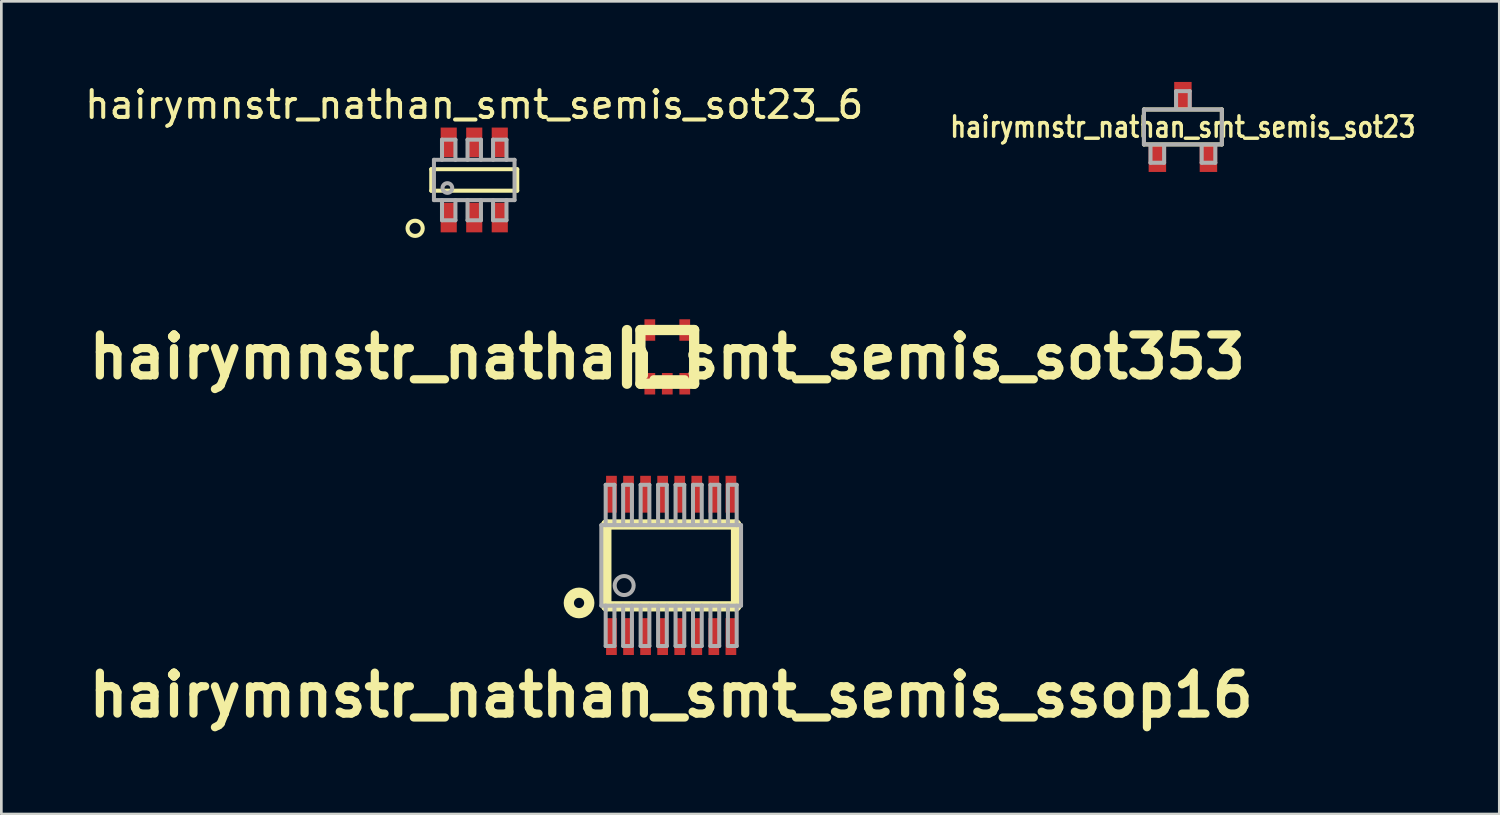
<source format=kicad_pcb>
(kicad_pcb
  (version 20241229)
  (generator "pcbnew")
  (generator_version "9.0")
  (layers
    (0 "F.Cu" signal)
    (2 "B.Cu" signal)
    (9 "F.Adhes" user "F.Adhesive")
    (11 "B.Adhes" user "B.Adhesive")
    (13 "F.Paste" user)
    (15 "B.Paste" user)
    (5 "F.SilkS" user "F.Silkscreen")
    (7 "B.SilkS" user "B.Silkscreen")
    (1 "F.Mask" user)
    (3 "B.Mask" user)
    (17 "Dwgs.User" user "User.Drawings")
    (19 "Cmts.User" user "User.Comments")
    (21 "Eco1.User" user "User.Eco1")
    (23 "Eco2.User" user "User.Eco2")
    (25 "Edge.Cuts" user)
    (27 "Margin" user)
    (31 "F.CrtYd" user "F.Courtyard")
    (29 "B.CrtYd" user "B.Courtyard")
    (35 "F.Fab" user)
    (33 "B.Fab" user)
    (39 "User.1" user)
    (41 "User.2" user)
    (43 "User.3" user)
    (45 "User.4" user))
  (footprint "hairymnstr_nathan_smt_semis_sot23"
    (layer "F.Cu")
    (at 40.977 1.675)
    (property "Reference" "hairymnstr_nathan_smt_semis_sot23" (at 0 0 0) (layer "F.SilkS") (effects (font (size 0.762 0.635) (thickness 0.127))))
    (attr smd)
    (fp_line (start -1.45 -0.65) (end 1.45 -0.65) (stroke (width 0.15) (type solid)) (layer "F.SilkS"))
    (fp_line (start -1.45 0.65) (end -1.45 -0.65) (stroke (width 0.15) (type solid)) (layer "F.SilkS"))
    (fp_line (start 1.45 -0.65) (end 1.45 0.65) (stroke (width 0.15) (type solid)) (layer "F.SilkS"))
    (fp_line (start 1.45 0.65) (end -1.45 0.65) (stroke (width 0.15) (type solid)) (layer "F.SilkS"))
    (fp_line (start -1.45 -0.65) (end 1.45 -0.65) (stroke (width 0.15) (type solid)) (layer "F.Fab"))
    (fp_line (start -1.45 0.65) (end -1.45 -0.65) (stroke (width 0.15) (type solid)) (layer "F.Fab"))
    (fp_line (start -1.206 0.699) (end -1.206 1.333) (stroke (width 0.15) (type solid)) (layer "F.Fab"))
    (fp_line (start -1.206 1.333) (end -0.699 1.333) (stroke (width 0.15) (type solid)) (layer "F.Fab"))
    (fp_line (start -0.699 1.333) (end -0.699 0.699) (stroke (width 0.15) (type solid)) (layer "F.Fab"))
    (fp_line (start -0.254 -1.333) (end 0.254 -1.333) (stroke (width 0.15) (type solid)) (layer "F.Fab"))
    (fp_line (start -0.254 -0.699) (end -0.254 -1.333) (stroke (width 0.15) (type solid)) (layer "F.Fab"))
    (fp_line (start 0.254 -1.333) (end 0.254 -0.699) (stroke (width 0.15) (type solid)) (layer "F.Fab"))
    (fp_line (start 0.699 0.699) (end 0.699 1.333) (stroke (width 0.15) (type solid)) (layer "F.Fab"))
    (fp_line (start 0.699 1.333) (end 1.206 1.333) (stroke (width 0.15) (type solid)) (layer "F.Fab"))
    (fp_line (start 1.206 1.333) (end 1.206 0.699) (stroke (width 0.15) (type solid)) (layer "F.Fab"))
    (fp_line (start 1.45 -0.65) (end 1.45 0.65) (stroke (width 0.15) (type solid)) (layer "F.Fab"))
    (fp_line (start 1.45 0.65) (end -1.45 0.65) (stroke (width 0.15) (type solid)) (layer "F.Fab"))
    (pad "1" smd rect (at -0.95 1.15) (size 0.65 1.05) (layers "F.Cu" "F.Mask" "F.Paste"))
    (pad "2" smd rect (at 0.95 1.15) (size 0.65 1.05) (layers "F.Cu" "F.Mask" "F.Paste"))
    (pad "3" smd rect (at 0 -1.15) (size 0.65 1.05) (layers "F.Cu" "F.Mask" "F.Paste")))
  (footprint "hairymnstr_nathan_smt_semis_sot23_6"
    (layer "F.Cu")
    (at 14.601 3.648)
    (property "Reference" "hairymnstr_nathan_smt_semis_sot23_6" (at 0 -2.8 0) (layer "F.SilkS") (effects (font (size 1 1) (thickness 0.15))))
    (attr smd)
    (fp_line (start -1.6 -0.4) (end 1.6 -0.4) (stroke (width 0.15) (type solid)) (layer "F.SilkS"))
    (fp_line (start -1.6 0.4) (end -1.6 -0.4) (stroke (width 0.15) (type solid)) (layer "F.SilkS"))
    (fp_line (start 1.6 -0.4) (end 1.6 0.4) (stroke (width 0.15) (type solid)) (layer "F.SilkS"))
    (fp_line (start 1.6 0.4) (end -1.6 0.4) (stroke (width 0.15) (type solid)) (layer "F.SilkS"))
    (fp_circle (center -2.2 1.8) (end -2.4 1.6) (stroke (width 0.15) (type solid)) (fill no) (layer "F.SilkS"))
    (fp_line (start -1.5 -0.75) (end 1.5 -0.75) (stroke (width 0.15) (type solid)) (layer "F.Fab"))
    (fp_line (start -1.5 0.75) (end -1.5 -0.75) (stroke (width 0.15) (type solid)) (layer "F.Fab"))
    (fp_line (start -1.2 -1.5) (end -1.2 -0.75) (stroke (width 0.15) (type solid)) (layer "F.Fab"))
    (fp_line (start -1.2 0.75) (end -1.2 1.5) (stroke (width 0.15) (type solid)) (layer "F.Fab"))
    (fp_line (start -1.2 1.5) (end -0.7 1.5) (stroke (width 0.15) (type solid)) (layer "F.Fab"))
    (fp_line (start -0.7 -1.5) (end -1.2 -1.5) (stroke (width 0.15) (type solid)) (layer "F.Fab"))
    (fp_line (start -0.7 -0.75) (end -0.7 -1.5) (stroke (width 0.15) (type solid)) (layer "F.Fab"))
    (fp_line (start -0.7 1.5) (end -0.7 0.75) (stroke (width 0.15) (type solid)) (layer "F.Fab"))
    (fp_line (start -0.25 -1.5) (end 0.25 -1.5) (stroke (width 0.15) (type solid)) (layer "F.Fab"))
    (fp_line (start -0.25 -0.75) (end -0.25 -1.5) (stroke (width 0.15) (type solid)) (layer "F.Fab"))
    (fp_line (start -0.25 0.75) (end -0.25 1.5) (stroke (width 0.15) (type solid)) (layer "F.Fab"))
    (fp_line (start -0.25 1.5) (end 0.25 1.5) (stroke (width 0.15) (type solid)) (layer "F.Fab"))
    (fp_line (start 0.25 -1.5) (end 0.25 -0.75) (stroke (width 0.15) (type solid)) (layer "F.Fab"))
    (fp_line (start 0.25 1.5) (end 0.25 0.75) (stroke (width 0.15) (type solid)) (layer "F.Fab"))
    (fp_line (start 0.7 -1.5) (end 1.2 -1.5) (stroke (width 0.15) (type solid)) (layer "F.Fab"))
    (fp_line (start 0.7 -0.75) (end 0.7 -1.5) (stroke (width 0.15) (type solid)) (layer "F.Fab"))
    (fp_line (start 0.7 0.75) (end 0.7 1.5) (stroke (width 0.15) (type solid)) (layer "F.Fab"))
    (fp_line (start 0.7 1.5) (end 1.2 1.5) (stroke (width 0.15) (type solid)) (layer "F.Fab"))
    (fp_line (start 1.2 -1.5) (end 1.2 -0.75) (stroke (width 0.15) (type solid)) (layer "F.Fab"))
    (fp_line (start 1.2 1.5) (end 1.2 0.75) (stroke (width 0.15) (type solid)) (layer "F.Fab"))
    (fp_line (start 1.5 -0.75) (end 1.5 0.75) (stroke (width 0.15) (type solid)) (layer "F.Fab"))
    (fp_line (start 1.5 0.75) (end -1.5 0.75) (stroke (width 0.15) (type solid)) (layer "F.Fab"))
    (fp_circle (center -1 0.3) (end -0.85 0.2) (stroke (width 0.15) (type solid)) (fill no) (layer "F.Fab"))
    (pad "1" smd rect (at -0.95 1.4) (size 0.6 1.1) (layers "F.Cu" "F.Mask" "F.Paste"))
    (pad "2" smd rect (at 0 1.4) (size 0.6 1.1) (layers "F.Cu" "F.Mask" "F.Paste"))
    (pad "3" smd rect (at 0.95 1.4) (size 0.6 1.1) (layers "F.Cu" "F.Mask" "F.Paste"))
    (pad "4" smd rect (at 0.95 -1.4) (size 0.6 1.1) (layers "F.Cu" "F.Mask" "F.Paste"))
    (pad "5" smd rect (at 0 -1.4) (size 0.6 1.1) (layers "F.Cu" "F.Mask" "F.Paste"))
    (pad "6" smd rect (at -0.95 -1.4) (size 0.6 1.1) (layers "F.Cu" "F.Mask" "F.Paste")))
  (footprint "hairymnstr_nathan_smt_semis_ssop16"
    (layer "F.Cu")
    (at 21.931 17.994)
    (property "Reference" "hairymnstr_nathan_smt_semis_ssop16" (at 0 4.826 0) (layer "F.SilkS") (effects (font (size 1.524 1.524) (thickness 0.305))))
    (attr smd)
    (fp_line (start -2.413 -1.524) (end -2.413 1.524) (stroke (width 0.381) (type solid)) (layer "F.SilkS"))
    (fp_line (start -2.413 1.524) (end 2.413 1.524) (stroke (width 0.381) (type solid)) (layer "F.SilkS"))
    (fp_line (start 2.413 -1.524) (end -2.413 -1.524) (stroke (width 0.381) (type solid)) (layer "F.SilkS"))
    (fp_line (start 2.413 1.524) (end 2.413 -1.524) (stroke (width 0.381) (type solid)) (layer "F.SilkS"))
    (fp_circle (center -3.429 1.397) (end -3.429 1.016) (stroke (width 0.381) (type solid)) (fill no) (layer "F.SilkS"))
    (fp_line (start -2.6 -1.5) (end -2.6 1.5) (stroke (width 0.15) (type solid)) (layer "F.Fab"))
    (fp_line (start -2.6 1.5) (end -2.438 1.5) (stroke (width 0.15) (type solid)) (layer "F.Fab"))
    (fp_line (start -2.438 -3) (end -2.438 -1.5) (stroke (width 0.15) (type solid)) (layer "F.Fab"))
    (fp_line (start -2.438 -1.5) (end -2.6 -1.5) (stroke (width 0.15) (type solid)) (layer "F.Fab"))
    (fp_line (start -2.438 1.5) (end -2.438 3) (stroke (width 0.15) (type solid)) (layer "F.Fab"))
    (fp_line (start -2.438 1.5) (end 2.6 1.5) (stroke (width 0.15) (type solid)) (layer "F.Fab"))
    (fp_line (start -2.438 3) (end -2.112 3) (stroke (width 0.15) (type solid)) (layer "F.Fab"))
    (fp_line (start -2.112 -3) (end -2.438 -3) (stroke (width 0.15) (type solid)) (layer "F.Fab"))
    (fp_line (start -2.112 -1.5) (end -2.112 -3) (stroke (width 0.15) (type solid)) (layer "F.Fab"))
    (fp_line (start -2.112 3) (end -2.112 1.5) (stroke (width 0.15) (type solid)) (layer "F.Fab"))
    (fp_line (start -1.788 -3) (end -1.788 -1.5) (stroke (width 0.15) (type solid)) (layer "F.Fab"))
    (fp_line (start -1.788 1.5) (end -1.788 3) (stroke (width 0.15) (type solid)) (layer "F.Fab"))
    (fp_line (start -1.788 3) (end -1.462 3) (stroke (width 0.15) (type solid)) (layer "F.Fab"))
    (fp_line (start -1.462 -3) (end -1.788 -3) (stroke (width 0.15) (type solid)) (layer "F.Fab"))
    (fp_line (start -1.462 -1.5) (end -1.462 -3) (stroke (width 0.15) (type solid)) (layer "F.Fab"))
    (fp_line (start -1.462 3) (end -1.462 1.5) (stroke (width 0.15) (type solid)) (layer "F.Fab"))
    (fp_line (start -1.137 -3) (end -1.137 -1.5) (stroke (width 0.15) (type solid)) (layer "F.Fab"))
    (fp_line (start -1.137 1.5) (end -1.137 3) (stroke (width 0.15) (type solid)) (layer "F.Fab"))
    (fp_line (start -1.137 3) (end -0.812 3) (stroke (width 0.15) (type solid)) (layer "F.Fab"))
    (fp_line (start -0.812 -3) (end -1.137 -3) (stroke (width 0.15) (type solid)) (layer "F.Fab"))
    (fp_line (start -0.812 -1.5) (end -0.812 -3) (stroke (width 0.15) (type solid)) (layer "F.Fab"))
    (fp_line (start -0.812 3) (end -0.812 1.5) (stroke (width 0.15) (type solid)) (layer "F.Fab"))
    (fp_line (start -0.487 -3) (end -0.163 -3) (stroke (width 0.15) (type solid)) (layer "F.Fab"))
    (fp_line (start -0.487 -1.5) (end -0.487 -3) (stroke (width 0.15) (type solid)) (layer "F.Fab"))
    (fp_line (start -0.487 1.5) (end -0.487 3) (stroke (width 0.15) (type solid)) (layer "F.Fab"))
    (fp_line (start -0.487 3) (end -0.163 3) (stroke (width 0.15) (type solid)) (layer "F.Fab"))
    (fp_line (start -0.163 -3) (end -0.163 -1.5) (stroke (width 0.15) (type solid)) (layer "F.Fab"))
    (fp_line (start -0.163 3) (end -0.163 1.5) (stroke (width 0.15) (type solid)) (layer "F.Fab"))
    (fp_line (start 0.163 -3) (end 0.487 -3) (stroke (width 0.15) (type solid)) (layer "F.Fab"))
    (fp_line (start 0.163 -1.5) (end 0.163 -3) (stroke (width 0.15) (type solid)) (layer "F.Fab"))
    (fp_line (start 0.163 1.5) (end 0.163 3) (stroke (width 0.15) (type solid)) (layer "F.Fab"))
    (fp_line (start 0.163 3) (end 0.487 3) (stroke (width 0.15) (type solid)) (layer "F.Fab"))
    (fp_line (start 0.487 -3) (end 0.487 -1.5) (stroke (width 0.15) (type solid)) (layer "F.Fab"))
    (fp_line (start 0.487 3) (end 0.487 1.5) (stroke (width 0.15) (type solid)) (layer "F.Fab"))
    (fp_line (start 0.812 -3) (end 1.137 -3) (stroke (width 0.15) (type solid)) (layer "F.Fab"))
    (fp_line (start 0.812 -1.5) (end 0.812 -3) (stroke (width 0.15) (type solid)) (layer "F.Fab"))
    (fp_line (start 0.812 1.5) (end 0.812 3) (stroke (width 0.15) (type solid)) (layer "F.Fab"))
    (fp_line (start 0.812 3) (end 1.137 3) (stroke (width 0.15) (type solid)) (layer "F.Fab"))
    (fp_line (start 1.137 -3) (end 1.137 -1.5) (stroke (width 0.15) (type solid)) (layer "F.Fab"))
    (fp_line (start 1.137 3) (end 1.137 1.5) (stroke (width 0.15) (type solid)) (layer "F.Fab"))
    (fp_line (start 1.462 -3) (end 1.788 -3) (stroke (width 0.15) (type solid)) (layer "F.Fab"))
    (fp_line (start 1.462 -1.5) (end 1.462 -3) (stroke (width 0.15) (type solid)) (layer "F.Fab"))
    (fp_line (start 1.462 1.5) (end 1.462 3) (stroke (width 0.15) (type solid)) (layer "F.Fab"))
    (fp_line (start 1.462 3) (end 1.788 3) (stroke (width 0.15) (type solid)) (layer "F.Fab"))
    (fp_line (start 1.788 -3) (end 1.788 -1.5) (stroke (width 0.15) (type solid)) (layer "F.Fab"))
    (fp_line (start 1.788 3) (end 1.788 1.5) (stroke (width 0.15) (type solid)) (layer "F.Fab"))
    (fp_line (start 2.112 -3) (end 2.438 -3) (stroke (width 0.15) (type solid)) (layer "F.Fab"))
    (fp_line (start 2.112 -1.5) (end 2.112 -3) (stroke (width 0.15) (type solid)) (layer "F.Fab"))
    (fp_line (start 2.112 1.5) (end 2.112 3) (stroke (width 0.15) (type solid)) (layer "F.Fab"))
    (fp_line (start 2.112 3) (end 2.438 3) (stroke (width 0.15) (type solid)) (layer "F.Fab"))
    (fp_line (start 2.438 -3) (end 2.438 -1.5) (stroke (width 0.15) (type solid)) (layer "F.Fab"))
    (fp_line (start 2.438 -1.5) (end -2.438 -1.5) (stroke (width 0.15) (type solid)) (layer "F.Fab"))
    (fp_line (start 2.438 3) (end 2.438 1.5) (stroke (width 0.15) (type solid)) (layer "F.Fab"))
    (fp_line (start 2.6 -1.5) (end 2.438 -1.5) (stroke (width 0.15) (type solid)) (layer "F.Fab"))
    (fp_line (start 2.6 1.5) (end 2.6 -1.5) (stroke (width 0.15) (type solid)) (layer "F.Fab"))
    (fp_circle (center -1.75 0.75) (end -1.5 0.5) (stroke (width 0.15) (type solid)) (fill no) (layer "F.Fab"))
    (pad "1" smd rect (at -2.223 2.649) (size 0.399 1.372) (layers "F.Cu" "F.Mask" "F.Paste"))
    (pad "2" smd rect (at -1.587 2.649) (size 0.399 1.372) (layers "F.Cu" "F.Mask" "F.Paste"))
    (pad "3" smd rect (at -0.953 2.649) (size 0.399 1.372) (layers "F.Cu" "F.Mask" "F.Paste"))
    (pad "4" smd rect (at -0.318 2.649) (size 0.399 1.372) (layers "F.Cu" "F.Mask" "F.Paste"))
    (pad "5" smd rect (at 0.318 2.649) (size 0.399 1.372) (layers "F.Cu" "F.Mask" "F.Paste"))
    (pad "6" smd rect (at 0.953 2.649) (size 0.399 1.372) (layers "F.Cu" "F.Mask" "F.Paste"))
    (pad "7" smd rect (at 1.587 2.649) (size 0.399 1.372) (layers "F.Cu" "F.Mask" "F.Paste"))
    (pad "8" smd rect (at 2.223 2.649) (size 0.399 1.372) (layers "F.Cu" "F.Mask" "F.Paste"))
    (pad "9" smd rect (at 2.223 -2.649) (size 0.399 1.372) (layers "F.Cu" "F.Mask" "F.Paste"))
    (pad "10" smd rect (at 1.587 -2.649) (size 0.399 1.372) (layers "F.Cu" "F.Mask" "F.Paste"))
    (pad "11" smd rect (at 0.953 -2.649) (size 0.399 1.372) (layers "F.Cu" "F.Mask" "F.Paste"))
    (pad "12" smd rect (at 0.318 -2.649) (size 0.399 1.372) (layers "F.Cu" "F.Mask" "F.Paste"))
    (pad "13" smd rect (at -0.318 -2.649) (size 0.399 1.372) (layers "F.Cu" "F.Mask" "F.Paste"))
    (pad "14" smd rect (at -0.953 -2.649) (size 0.399 1.372) (layers "F.Cu" "F.Mask" "F.Paste"))
    (pad "15" smd rect (at -1.587 -2.649) (size 0.399 1.372) (layers "F.Cu" "F.Mask" "F.Paste"))
    (pad "16" smd rect (at -2.223 -2.649) (size 0.399 1.372) (layers "F.Cu" "F.Mask" "F.Paste")))
  (footprint "hairymnstr_nathan_smt_semis_sot353"
    (layer "F.Cu")
    (at 21.786 10.233)
    (property "Reference" "hairymnstr_nathan_smt_semis_sot353" (at 0 0 0) (layer "F.SilkS") (effects (font (size 1.524 1.524) (thickness 0.305))))
    (attr smd)
    (fp_line (start -1.5 -1) (end -1.5 1) (stroke (width 0.381) (type solid)) (layer "F.SilkS"))
    (fp_line (start -1 -1) (end 1 -1) (stroke (width 0.381) (type solid)) (layer "F.SilkS"))
    (fp_line (start -1 1) (end -1 -1) (stroke (width 0.381) (type solid)) (layer "F.SilkS"))
    (fp_line (start 1 -1) (end 1 1) (stroke (width 0.381) (type solid)) (layer "F.SilkS"))
    (fp_line (start 1 1) (end -1 1) (stroke (width 0.381) (type solid)) (layer "F.SilkS"))
    (pad "1" smd rect (at -0.65 1) (size 0.4 0.8) (layers "F.Cu" "F.Mask" "F.Paste"))
    (pad "2" smd rect (at 0 1) (size 0.4 0.8) (layers "F.Cu" "F.Mask" "F.Paste"))
    (pad "3" smd rect (at 0.65 1) (size 0.4 0.8) (layers "F.Cu" "F.Mask" "F.Paste"))
    (pad "4" smd rect (at 0.65 -1) (size 0.4 0.8) (layers "F.Cu" "F.Mask" "F.Paste"))
    (pad "5" smd rect (at -0.65 -1) (size 0.4 0.8) (layers "F.Cu" "F.Mask" "F.Paste")))
  (gr_rect
    (start -3 -3)
    (end 52.753 27.247)
    (stroke (width 0.1) (type default))
    (fill no)
    (layer "Edge.Cuts")))
</source>
